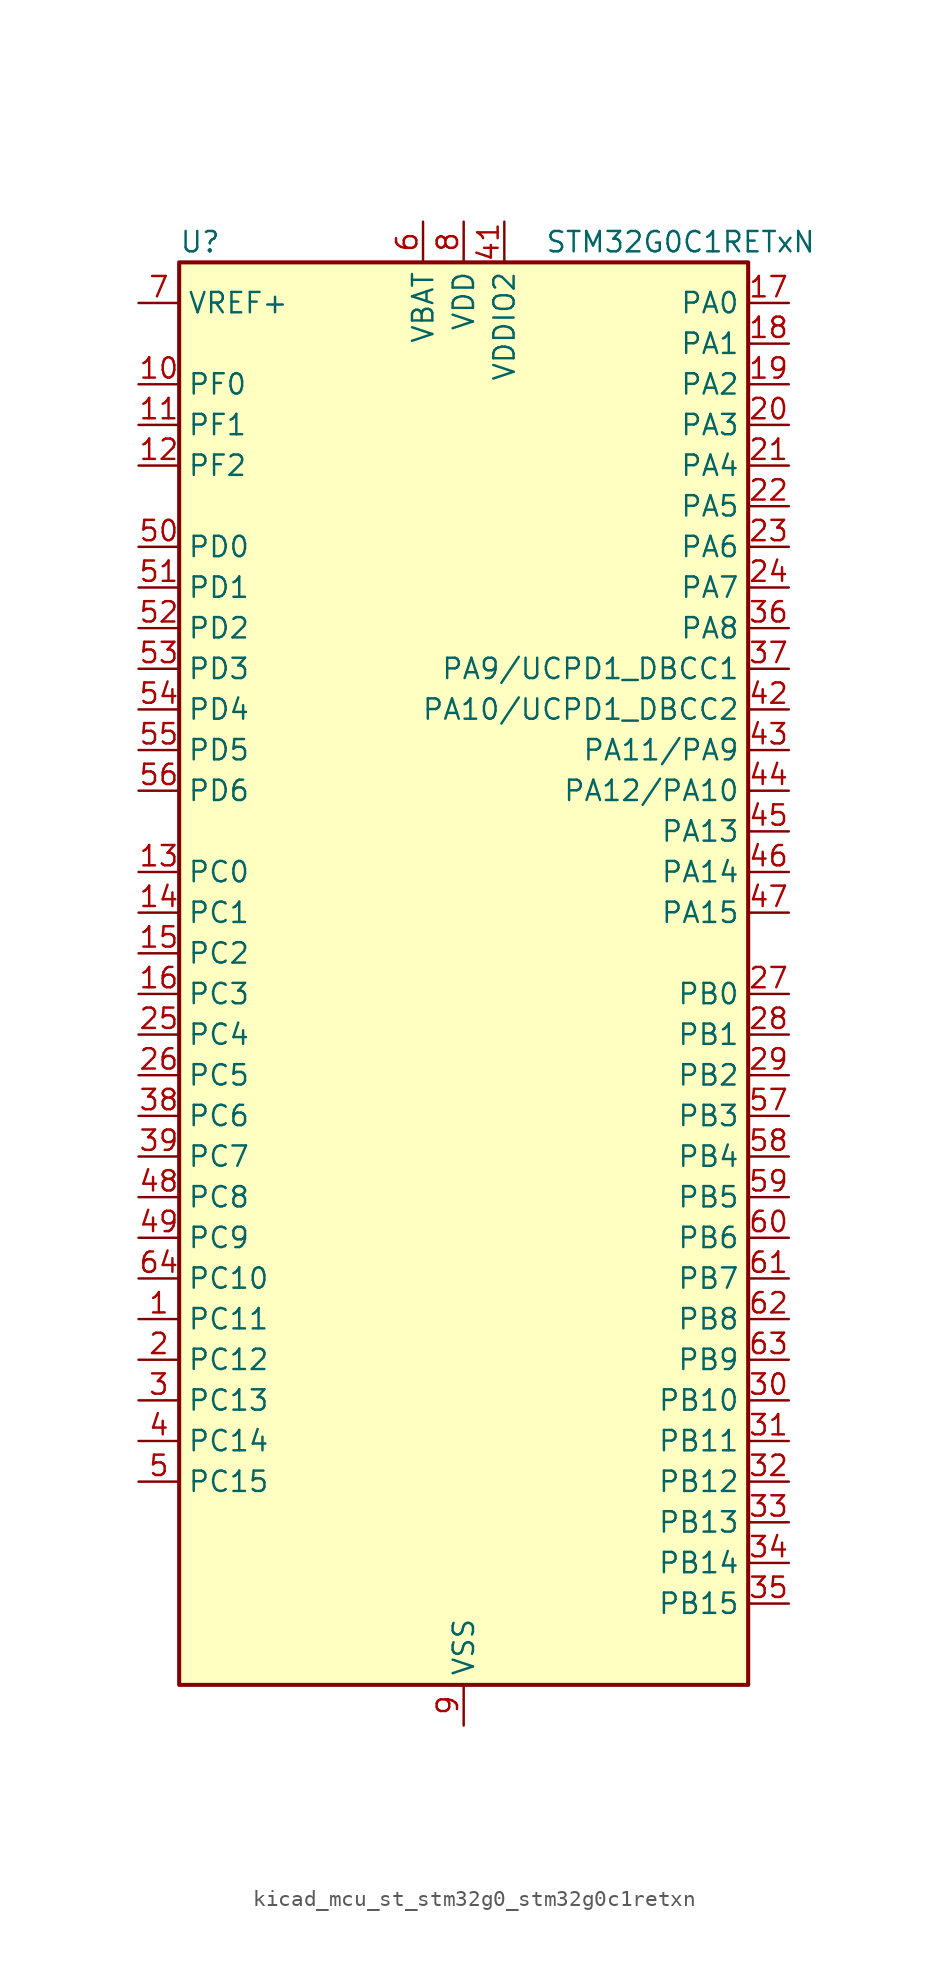
<source format=kicad_sym>
(kicad_symbol_lib
  (version 20220914)
  (generator kicad_symbol_editor)
  (symbol "kicad_mcu_st_stm32g0_stm32g0c1retxn"
    (property "Reference" "U"
      (at -17.78 46.99 0)
      (effects (font (size 1.27 1.27)) (justify left)))
    (property "Value" "STM32G0C1RETxN"
      (at 5.08 46.99 0)
      (effects (font (size 1.27 1.27)) (justify left)))
    (property "ki_locked" ""
      (at 0 0 0)
      (effects (font (size 1.27 1.27))))
    (symbol "kicad_mcu_st_stm32g0_stm32g0c1retxn_0_1"
      (rectangle (start -17.78 -43.18) (end 17.78 45.72) (stroke (width 0.254) (type default)) (fill (type background))))
    (symbol "kicad_mcu_st_stm32g0_stm32g0c1retxn_1_1"
      (pin bidirectional line (at -20.32 -20.32 0) (length 2.54) (name "PC11" (effects (font (size 1.27 1.27)))) (number "1" (effects (font (size 1.27 1.27)))) (alternate "ADC1_EXTI11" bidirectional line) (alternate "SPI3_MISO" bidirectional line) (alternate "TIM1_CH4" bidirectional line) (alternate "USART3_RX" bidirectional line) (alternate "USART4_RX" bidirectional line))
      (pin bidirectional line (at -20.32 38.1 0) (length 2.54) (name "PF0" (effects (font (size 1.27 1.27)))) (number "10" (effects (font (size 1.27 1.27)))) (alternate "CRS1_SYNC" bidirectional line) (alternate "RCC_OSC_IN" bidirectional line) (alternate "TIM14_CH1" bidirectional line))
      (pin bidirectional line (at -20.32 35.56 0) (length 2.54) (name "PF1" (effects (font (size 1.27 1.27)))) (number "11" (effects (font (size 1.27 1.27)))) (alternate "RCC_OSC_EN" bidirectional line) (alternate "RCC_OSC_OUT" bidirectional line) (alternate "TIM15_CH1N" bidirectional line))
      (pin bidirectional line (at -20.32 33.02 0) (length 2.54) (name "PF2" (effects (font (size 1.27 1.27)))) (number "12" (effects (font (size 1.27 1.27)))) (alternate "LPUART2_DE" bidirectional line) (alternate "LPUART2_RTS" bidirectional line) (alternate "LPUART2_TX" bidirectional line) (alternate "RCC_MCO" bidirectional line))
      (pin bidirectional line (at -20.32 7.62 0) (length 2.54) (name "PC0" (effects (font (size 1.27 1.27)))) (number "13" (effects (font (size 1.27 1.27)))) (alternate "COMP3_INM" bidirectional line) (alternate "COMP3_OUT" bidirectional line) (alternate "I2C3_SCL" bidirectional line) (alternate "LPTIM1_IN1" bidirectional line) (alternate "LPTIM2_IN1" bidirectional line) (alternate "LPUART1_RX" bidirectional line) (alternate "LPUART2_TX" bidirectional line) (alternate "USART6_TX" bidirectional line))
      (pin bidirectional line (at -20.32 5.08 0) (length 2.54) (name "PC1" (effects (font (size 1.27 1.27)))) (number "14" (effects (font (size 1.27 1.27)))) (alternate "COMP3_INP" bidirectional line) (alternate "I2C3_SDA" bidirectional line) (alternate "LPTIM1_OUT" bidirectional line) (alternate "LPUART1_TX" bidirectional line) (alternate "LPUART2_RX" bidirectional line) (alternate "TIM15_CH1" bidirectional line) (alternate "USART6_RX" bidirectional line))
      (pin bidirectional line (at -20.32 2.54 0) (length 2.54) (name "PC2" (effects (font (size 1.27 1.27)))) (number "15" (effects (font (size 1.27 1.27)))) (alternate "COMP3_OUT" bidirectional line) (alternate "FDCAN2_RX" bidirectional line) (alternate "I2S2_MCK" bidirectional line) (alternate "LPTIM1_IN2" bidirectional line) (alternate "SPI2_MISO" bidirectional line) (alternate "TIM15_CH2" bidirectional line))
      (pin bidirectional line (at -20.32 0 0) (length 2.54) (name "PC3" (effects (font (size 1.27 1.27)))) (number "16" (effects (font (size 1.27 1.27)))) (alternate "FDCAN2_TX" bidirectional line) (alternate "I2S2_SD" bidirectional line) (alternate "LPTIM1_ETR" bidirectional line) (alternate "LPTIM2_ETR" bidirectional line) (alternate "SPI2_MOSI" bidirectional line))
      (pin bidirectional line (at 20.32 43.18 180) (length 2.54) (name "PA0" (effects (font (size 1.27 1.27)))) (number "17" (effects (font (size 1.27 1.27)))) (alternate "ADC1_IN0" bidirectional line) (alternate "COMP1_INM" bidirectional line) (alternate "COMP1_OUT" bidirectional line) (alternate "I2S2_CK" bidirectional line) (alternate "LPTIM1_OUT" bidirectional line) (alternate "RTC_TAMP_IN2" bidirectional line) (alternate "SPI2_SCK" bidirectional line) (alternate "SYS_WKUP1" bidirectional line) (alternate "TIM2_CH1" bidirectional line) (alternate "TIM2_ETR" bidirectional line) (alternate "UCPD2_FRSTX1" bidirectional line) (alternate "UCPD2_FRSTX2" bidirectional line) (alternate "USART2_CTS" bidirectional line) (alternate "USART2_NSS" bidirectional line) (alternate "USART4_TX" bidirectional line))
      (pin bidirectional line (at 20.32 40.64 180) (length 2.54) (name "PA1" (effects (font (size 1.27 1.27)))) (number "18" (effects (font (size 1.27 1.27)))) (alternate "ADC1_IN1" bidirectional line) (alternate "COMP1_INP" bidirectional line) (alternate "I2C1_SMBA" bidirectional line) (alternate "I2S1_CK" bidirectional line) (alternate "SPI1_SCK" bidirectional line) (alternate "TIM15_CH1N" bidirectional line) (alternate "TIM2_CH2" bidirectional line) (alternate "USART2_CK" bidirectional line) (alternate "USART2_DE" bidirectional line) (alternate "USART2_RTS" bidirectional line) (alternate "USART4_RX" bidirectional line))
      (pin bidirectional line (at 20.32 38.1 180) (length 2.54) (name "PA2" (effects (font (size 1.27 1.27)))) (number "19" (effects (font (size 1.27 1.27)))) (alternate "ADC1_IN2" bidirectional line) (alternate "COMP2_INM" bidirectional line) (alternate "COMP2_OUT" bidirectional line) (alternate "I2S1_SD" bidirectional line) (alternate "LPUART1_TX" bidirectional line) (alternate "RCC_LSCO" bidirectional line) (alternate "SPI1_MOSI" bidirectional line) (alternate "SYS_WKUP4" bidirectional line) (alternate "TIM15_CH1" bidirectional line) (alternate "TIM2_CH3" bidirectional line) (alternate "UCPD1_FRSTX1" bidirectional line) (alternate "UCPD1_FRSTX2" bidirectional line) (alternate "USART2_TX" bidirectional line))
      (pin bidirectional line (at -20.32 -22.86 0) (length 2.54) (name "PC12" (effects (font (size 1.27 1.27)))) (number "2" (effects (font (size 1.27 1.27)))) (alternate "LPTIM1_IN1" bidirectional line) (alternate "SPI3_MOSI" bidirectional line) (alternate "TIM14_CH1" bidirectional line) (alternate "UCPD1_FRSTX1" bidirectional line) (alternate "UCPD1_FRSTX2" bidirectional line) (alternate "USART5_TX" bidirectional line))
      (pin bidirectional line (at 20.32 35.56 180) (length 2.54) (name "PA3" (effects (font (size 1.27 1.27)))) (number "20" (effects (font (size 1.27 1.27)))) (alternate "ADC1_IN3" bidirectional line) (alternate "COMP2_INP" bidirectional line) (alternate "I2S2_MCK" bidirectional line) (alternate "LPUART1_RX" bidirectional line) (alternate "SPI2_MISO" bidirectional line) (alternate "TIM15_CH2" bidirectional line) (alternate "TIM2_CH4" bidirectional line) (alternate "UCPD2_FRSTX1" bidirectional line) (alternate "UCPD2_FRSTX2" bidirectional line) (alternate "USART2_RX" bidirectional line))
      (pin bidirectional line (at 20.32 33.02 180) (length 2.54) (name "PA4" (effects (font (size 1.27 1.27)))) (number "21" (effects (font (size 1.27 1.27)))) (alternate "ADC1_IN4" bidirectional line) (alternate "DAC1_OUT1" bidirectional line) (alternate "I2S1_WS" bidirectional line) (alternate "I2S2_SD" bidirectional line) (alternate "LPTIM2_OUT" bidirectional line) (alternate "RTC_OUT2" bidirectional line) (alternate "SPI1_NSS" bidirectional line) (alternate "SPI2_MOSI" bidirectional line) (alternate "SPI3_NSS" bidirectional line) (alternate "TIM14_CH1" bidirectional line) (alternate "UCPD2_FRSTX1" bidirectional line) (alternate "UCPD2_FRSTX2" bidirectional line) (alternate "USART6_TX" bidirectional line) (alternate "USB_NOE" bidirectional line))
      (pin bidirectional line (at 20.32 30.48 180) (length 2.54) (name "PA5" (effects (font (size 1.27 1.27)))) (number "22" (effects (font (size 1.27 1.27)))) (alternate "ADC1_IN5" bidirectional line) (alternate "CEC" bidirectional line) (alternate "DAC1_OUT2" bidirectional line) (alternate "I2S1_CK" bidirectional line) (alternate "LPTIM2_ETR" bidirectional line) (alternate "SPI1_SCK" bidirectional line) (alternate "TIM2_CH1" bidirectional line) (alternate "TIM2_ETR" bidirectional line) (alternate "UCPD1_FRSTX1" bidirectional line) (alternate "UCPD1_FRSTX2" bidirectional line) (alternate "USART3_TX" bidirectional line) (alternate "USART6_RX" bidirectional line))
      (pin bidirectional line (at 20.32 27.94 180) (length 2.54) (name "PA6" (effects (font (size 1.27 1.27)))) (number "23" (effects (font (size 1.27 1.27)))) (alternate "ADC1_IN6" bidirectional line) (alternate "COMP1_OUT" bidirectional line) (alternate "I2C2_SDA" bidirectional line) (alternate "I2C3_SDA" bidirectional line) (alternate "I2S1_MCK" bidirectional line) (alternate "LPUART1_CTS" bidirectional line) (alternate "SPI1_MISO" bidirectional line) (alternate "TIM16_CH1" bidirectional line) (alternate "TIM1_BK" bidirectional line) (alternate "TIM3_CH1" bidirectional line) (alternate "USART3_CTS" bidirectional line) (alternate "USART3_NSS" bidirectional line) (alternate "USART6_CTS" bidirectional line) (alternate "USART6_NSS" bidirectional line))
      (pin bidirectional line (at 20.32 25.4 180) (length 2.54) (name "PA7" (effects (font (size 1.27 1.27)))) (number "24" (effects (font (size 1.27 1.27)))) (alternate "ADC1_IN7" bidirectional line) (alternate "COMP2_OUT" bidirectional line) (alternate "I2C2_SCL" bidirectional line) (alternate "I2C3_SCL" bidirectional line) (alternate "I2S1_SD" bidirectional line) (alternate "SPI1_MOSI" bidirectional line) (alternate "TIM14_CH1" bidirectional line) (alternate "TIM17_CH1" bidirectional line) (alternate "TIM1_CH1N" bidirectional line) (alternate "TIM3_CH2" bidirectional line) (alternate "UCPD1_FRSTX1" bidirectional line) (alternate "UCPD1_FRSTX2" bidirectional line) (alternate "USART6_CK" bidirectional line) (alternate "USART6_DE" bidirectional line) (alternate "USART6_RTS" bidirectional line))
      (pin bidirectional line (at -20.32 -2.54 0) (length 2.54) (name "PC4" (effects (font (size 1.27 1.27)))) (number "25" (effects (font (size 1.27 1.27)))) (alternate "ADC1_IN17" bidirectional line) (alternate "COMP1_INM" bidirectional line) (alternate "FDCAN1_RX" bidirectional line) (alternate "TIM2_CH1" bidirectional line) (alternate "TIM2_ETR" bidirectional line) (alternate "USART1_TX" bidirectional line) (alternate "USART3_TX" bidirectional line))
      (pin bidirectional line (at -20.32 -5.08 0) (length 2.54) (name "PC5" (effects (font (size 1.27 1.27)))) (number "26" (effects (font (size 1.27 1.27)))) (alternate "ADC1_IN18" bidirectional line) (alternate "COMP1_INP" bidirectional line) (alternate "FDCAN1_TX" bidirectional line) (alternate "SYS_WKUP5" bidirectional line) (alternate "TIM2_CH2" bidirectional line) (alternate "USART1_RX" bidirectional line) (alternate "USART3_RX" bidirectional line))
      (pin bidirectional line (at 20.32 0 180) (length 2.54) (name "PB0" (effects (font (size 1.27 1.27)))) (number "27" (effects (font (size 1.27 1.27)))) (alternate "ADC1_IN8" bidirectional line) (alternate "COMP1_OUT" bidirectional line) (alternate "COMP3_INP" bidirectional line) (alternate "FDCAN2_RX" bidirectional line) (alternate "I2S1_WS" bidirectional line) (alternate "LPTIM1_OUT" bidirectional line) (alternate "LPUART2_CTS" bidirectional line) (alternate "SPI1_NSS" bidirectional line) (alternate "TIM1_CH2N" bidirectional line) (alternate "TIM3_CH3" bidirectional line) (alternate "UCPD1_FRSTX1" bidirectional line) (alternate "UCPD1_FRSTX2" bidirectional line) (alternate "USART3_RX" bidirectional line) (alternate "USART5_TX" bidirectional line))
      (pin bidirectional line (at 20.32 -2.54 180) (length 2.54) (name "PB1" (effects (font (size 1.27 1.27)))) (number "28" (effects (font (size 1.27 1.27)))) (alternate "ADC1_IN9" bidirectional line) (alternate "COMP1_INM" bidirectional line) (alternate "COMP3_OUT" bidirectional line) (alternate "FDCAN2_TX" bidirectional line) (alternate "LPTIM2_IN1" bidirectional line) (alternate "LPUART1_DE" bidirectional line) (alternate "LPUART1_RTS" bidirectional line) (alternate "LPUART2_DE" bidirectional line) (alternate "LPUART2_RTS" bidirectional line) (alternate "TIM14_CH1" bidirectional line) (alternate "TIM1_CH3N" bidirectional line) (alternate "TIM3_CH4" bidirectional line) (alternate "USART3_CK" bidirectional line) (alternate "USART3_DE" bidirectional line) (alternate "USART3_RTS" bidirectional line) (alternate "USART5_RX" bidirectional line))
      (pin bidirectional line (at 20.32 -5.08 180) (length 2.54) (name "PB2" (effects (font (size 1.27 1.27)))) (number "29" (effects (font (size 1.27 1.27)))) (alternate "ADC1_IN10" bidirectional line) (alternate "COMP1_INP" bidirectional line) (alternate "COMP3_INM" bidirectional line) (alternate "I2S2_MCK" bidirectional line) (alternate "LPTIM1_OUT" bidirectional line) (alternate "RCC_MCO_2" bidirectional line) (alternate "SPI2_MISO" bidirectional line) (alternate "USART3_TX" bidirectional line))
      (pin bidirectional line (at -20.32 -25.4 0) (length 2.54) (name "PC13" (effects (font (size 1.27 1.27)))) (number "3" (effects (font (size 1.27 1.27)))) (alternate "RTC_OUT1" bidirectional line) (alternate "RTC_TAMP_IN1" bidirectional line) (alternate "RTC_TS" bidirectional line) (alternate "SYS_WKUP2" bidirectional line) (alternate "TIM1_BK" bidirectional line))
      (pin bidirectional line (at 20.32 -25.4 180) (length 2.54) (name "PB10" (effects (font (size 1.27 1.27)))) (number "30" (effects (font (size 1.27 1.27)))) (alternate "ADC1_IN11" bidirectional line) (alternate "CEC" bidirectional line) (alternate "COMP1_OUT" bidirectional line) (alternate "I2C2_SCL" bidirectional line) (alternate "I2S2_CK" bidirectional line) (alternate "LPUART1_RX" bidirectional line) (alternate "SPI2_SCK" bidirectional line) (alternate "TIM2_CH3" bidirectional line) (alternate "USART3_TX" bidirectional line))
      (pin bidirectional line (at 20.32 -27.94 180) (length 2.54) (name "PB11" (effects (font (size 1.27 1.27)))) (number "31" (effects (font (size 1.27 1.27)))) (alternate "ADC1_EXTI11" bidirectional line) (alternate "ADC1_IN15" bidirectional line) (alternate "COMP2_OUT" bidirectional line) (alternate "I2C2_SDA" bidirectional line) (alternate "I2S2_SD" bidirectional line) (alternate "LPUART1_TX" bidirectional line) (alternate "SPI2_MOSI" bidirectional line) (alternate "TIM2_CH4" bidirectional line) (alternate "USART3_RX" bidirectional line))
      (pin bidirectional line (at 20.32 -30.48 180) (length 2.54) (name "PB12" (effects (font (size 1.27 1.27)))) (number "32" (effects (font (size 1.27 1.27)))) (alternate "ADC1_IN16" bidirectional line) (alternate "FDCAN2_RX" bidirectional line) (alternate "I2C2_SMBA" bidirectional line) (alternate "I2S2_WS" bidirectional line) (alternate "LPUART1_DE" bidirectional line) (alternate "LPUART1_RTS" bidirectional line) (alternate "SPI2_NSS" bidirectional line) (alternate "TIM15_BK" bidirectional line) (alternate "TIM1_BK" bidirectional line) (alternate "UCPD2_FRSTX1" bidirectional line) (alternate "UCPD2_FRSTX2" bidirectional line))
      (pin bidirectional line (at 20.32 -33.02 180) (length 2.54) (name "PB13" (effects (font (size 1.27 1.27)))) (number "33" (effects (font (size 1.27 1.27)))) (alternate "FDCAN2_TX" bidirectional line) (alternate "I2C2_SCL" bidirectional line) (alternate "I2S2_CK" bidirectional line) (alternate "LPUART1_CTS" bidirectional line) (alternate "SPI2_SCK" bidirectional line) (alternate "TIM15_CH1N" bidirectional line) (alternate "TIM1_CH1N" bidirectional line) (alternate "USART3_CTS" bidirectional line) (alternate "USART3_NSS" bidirectional line))
      (pin bidirectional line (at 20.32 -35.56 180) (length 2.54) (name "PB14" (effects (font (size 1.27 1.27)))) (number "34" (effects (font (size 1.27 1.27)))) (alternate "I2C2_SDA" bidirectional line) (alternate "I2S2_MCK" bidirectional line) (alternate "SPI2_MISO" bidirectional line) (alternate "TIM15_CH1" bidirectional line) (alternate "TIM1_CH2N" bidirectional line) (alternate "UCPD1_FRSTX1" bidirectional line) (alternate "UCPD1_FRSTX2" bidirectional line) (alternate "USART3_CK" bidirectional line) (alternate "USART3_DE" bidirectional line) (alternate "USART3_RTS" bidirectional line) (alternate "USART6_CK" bidirectional line) (alternate "USART6_DE" bidirectional line) (alternate "USART6_RTS" bidirectional line))
      (pin bidirectional line (at 20.32 -38.1 180) (length 2.54) (name "PB15" (effects (font (size 1.27 1.27)))) (number "35" (effects (font (size 1.27 1.27)))) (alternate "I2S2_SD" bidirectional line) (alternate "RTC_REFIN" bidirectional line) (alternate "SPI2_MOSI" bidirectional line) (alternate "TIM15_CH1N" bidirectional line) (alternate "TIM15_CH2" bidirectional line) (alternate "TIM1_CH3N" bidirectional line) (alternate "UCPD1_CC2" bidirectional line) (alternate "USART6_CTS" bidirectional line) (alternate "USART6_NSS" bidirectional line))
      (pin bidirectional line (at 20.32 22.86 180) (length 2.54) (name "PA8" (effects (font (size 1.27 1.27)))) (number "36" (effects (font (size 1.27 1.27)))) (alternate "CRS1_SYNC" bidirectional line) (alternate "I2C2_SMBA" bidirectional line) (alternate "I2S2_WS" bidirectional line) (alternate "LPTIM2_OUT" bidirectional line) (alternate "RCC_MCO" bidirectional line) (alternate "SPI2_NSS" bidirectional line) (alternate "TIM1_CH1" bidirectional line) (alternate "UCPD1_CC1" bidirectional line))
      (pin bidirectional line (at 20.32 20.32 180) (length 2.54) (name "PA9/UCPD1_DBCC1" (effects (font (size 1.27 1.27)))) (number "37" (effects (font (size 1.27 1.27)))) (alternate "DAC1_EXTI9" bidirectional line) (alternate "I2C1_SCL" bidirectional line) (alternate "I2C2_SCL" bidirectional line) (alternate "I2S2_MCK" bidirectional line) (alternate "RCC_MCO" bidirectional line) (alternate "SPI2_MISO" bidirectional line) (alternate "TIM15_BK" bidirectional line) (alternate "TIM1_CH2" bidirectional line) (alternate "UCPD1_DBCC1" bidirectional line) (alternate "USART1_TX" bidirectional line))
      (pin bidirectional line (at -20.32 -7.62 0) (length 2.54) (name "PC6" (effects (font (size 1.27 1.27)))) (number "38" (effects (font (size 1.27 1.27)))) (alternate "LPUART2_TX" bidirectional line) (alternate "TIM2_CH3" bidirectional line) (alternate "TIM3_CH1" bidirectional line) (alternate "UCPD1_FRSTX1" bidirectional line) (alternate "UCPD1_FRSTX2" bidirectional line))
      (pin bidirectional line (at -20.32 -10.16 0) (length 2.54) (name "PC7" (effects (font (size 1.27 1.27)))) (number "39" (effects (font (size 1.27 1.27)))) (alternate "LPUART2_RX" bidirectional line) (alternate "TIM2_CH4" bidirectional line) (alternate "TIM3_CH2" bidirectional line) (alternate "UCPD2_FRSTX1" bidirectional line) (alternate "UCPD2_FRSTX2" bidirectional line))
      (pin bidirectional line (at -20.32 -27.94 0) (length 2.54) (name "PC14" (effects (font (size 1.27 1.27)))) (number "4" (effects (font (size 1.27 1.27)))) (alternate "RCC_OSC32_IN" bidirectional line) (alternate "TIM1_BK2" bidirectional line))
      (pin passive line (at 0 -45.72 90) (length 2.54) hide (name "VSS" (effects (font (size 1.27 1.27)))) (number "40" (effects (font (size 1.27 1.27)))))
      (pin power_in line (at 2.54 48.26 270) (length 2.54) (name "VDDIO2" (effects (font (size 1.27 1.27)))) (number "41" (effects (font (size 1.27 1.27)))))
      (pin bidirectional line (at 20.32 17.78 180) (length 2.54) (name "PA10/UCPD1_DBCC2" (effects (font (size 1.27 1.27)))) (number "42" (effects (font (size 1.27 1.27)))) (alternate "I2C1_SDA" bidirectional line) (alternate "I2C2_SDA" bidirectional line) (alternate "I2S2_SD" bidirectional line) (alternate "RCC_MCO_2" bidirectional line) (alternate "SPI2_MOSI" bidirectional line) (alternate "TIM17_BK" bidirectional line) (alternate "TIM1_CH3" bidirectional line) (alternate "UCPD1_DBCC2" bidirectional line) (alternate "USART1_RX" bidirectional line))
      (pin bidirectional line (at 20.32 15.24 180) (length 2.54) (name "PA11/PA9" (effects (font (size 1.27 1.27)))) (number "43" (effects (font (size 1.27 1.27)))) (alternate "ADC1_EXTI11" bidirectional line) (alternate "COMP1_OUT" bidirectional line) (alternate "FDCAN1_RX" bidirectional line) (alternate "I2C2_SCL" bidirectional line) (alternate "I2S1_MCK" bidirectional line) (alternate "SPI1_MISO" bidirectional line) (alternate "TIM1_BK2" bidirectional line) (alternate "TIM1_CH4" bidirectional line) (alternate "USART1_CTS" bidirectional line) (alternate "USART1_NSS" bidirectional line) (alternate "USB_DM" bidirectional line))
      (pin bidirectional line (at 20.32 12.7 180) (length 2.54) (name "PA12/PA10" (effects (font (size 1.27 1.27)))) (number "44" (effects (font (size 1.27 1.27)))) (alternate "COMP2_OUT" bidirectional line) (alternate "FDCAN1_TX" bidirectional line) (alternate "I2C2_SDA" bidirectional line) (alternate "I2S1_SD" bidirectional line) (alternate "I2S_CKIN" bidirectional line) (alternate "SPI1_MOSI" bidirectional line) (alternate "TIM1_ETR" bidirectional line) (alternate "USART1_CK" bidirectional line) (alternate "USART1_DE" bidirectional line) (alternate "USART1_RTS" bidirectional line) (alternate "USB_DP" bidirectional line))
      (pin bidirectional line (at 20.32 10.16 180) (length 2.54) (name "PA13" (effects (font (size 1.27 1.27)))) (number "45" (effects (font (size 1.27 1.27)))) (alternate "IR_OUT" bidirectional line) (alternate "LPUART2_RX" bidirectional line) (alternate "SYS_SWDIO" bidirectional line) (alternate "USB_NOE" bidirectional line))
      (pin bidirectional line (at 20.32 7.62 180) (length 2.54) (name "PA14" (effects (font (size 1.27 1.27)))) (number "46" (effects (font (size 1.27 1.27)))) (alternate "LPUART2_TX" bidirectional line) (alternate "SYS_SWCLK" bidirectional line) (alternate "USART2_TX" bidirectional line))
      (pin bidirectional line (at 20.32 5.08 180) (length 2.54) (name "PA15" (effects (font (size 1.27 1.27)))) (number "47" (effects (font (size 1.27 1.27)))) (alternate "I2C2_SMBA" bidirectional line) (alternate "I2S1_WS" bidirectional line) (alternate "RCC_MCO_2" bidirectional line) (alternate "SPI1_NSS" bidirectional line) (alternate "SPI3_NSS" bidirectional line) (alternate "TIM2_CH1" bidirectional line) (alternate "TIM2_ETR" bidirectional line) (alternate "USART2_RX" bidirectional line) (alternate "USART3_CK" bidirectional line) (alternate "USART3_DE" bidirectional line) (alternate "USART3_RTS" bidirectional line) (alternate "USART4_CK" bidirectional line) (alternate "USART4_DE" bidirectional line) (alternate "USART4_RTS" bidirectional line) (alternate "USB_NOE" bidirectional line))
      (pin bidirectional line (at -20.32 -12.7 0) (length 2.54) (name "PC8" (effects (font (size 1.27 1.27)))) (number "48" (effects (font (size 1.27 1.27)))) (alternate "LPUART2_CTS" bidirectional line) (alternate "TIM1_CH1" bidirectional line) (alternate "TIM3_CH3" bidirectional line) (alternate "UCPD2_FRSTX1" bidirectional line) (alternate "UCPD2_FRSTX2" bidirectional line))
      (pin bidirectional line (at -20.32 -15.24 0) (length 2.54) (name "PC9" (effects (font (size 1.27 1.27)))) (number "49" (effects (font (size 1.27 1.27)))) (alternate "DAC1_EXTI9" bidirectional line) (alternate "I2S_CKIN" bidirectional line) (alternate "LPUART2_DE" bidirectional line) (alternate "LPUART2_RTS" bidirectional line) (alternate "TIM1_CH2" bidirectional line) (alternate "TIM3_CH4" bidirectional line) (alternate "USB_NOE" bidirectional line))
      (pin bidirectional line (at -20.32 -30.48 0) (length 2.54) (name "PC15" (effects (font (size 1.27 1.27)))) (number "5" (effects (font (size 1.27 1.27)))) (alternate "RCC_OSC32_EN" bidirectional line) (alternate "RCC_OSC32_OUT" bidirectional line) (alternate "RCC_OSC_EN" bidirectional line) (alternate "TIM15_BK" bidirectional line))
      (pin bidirectional line (at -20.32 27.94 0) (length 2.54) (name "PD0" (effects (font (size 1.27 1.27)))) (number "50" (effects (font (size 1.27 1.27)))) (alternate "FDCAN1_RX" bidirectional line) (alternate "I2S2_WS" bidirectional line) (alternate "SPI2_NSS" bidirectional line) (alternate "TIM16_CH1" bidirectional line) (alternate "UCPD2_CC1" bidirectional line))
      (pin bidirectional line (at -20.32 25.4 0) (length 2.54) (name "PD1" (effects (font (size 1.27 1.27)))) (number "51" (effects (font (size 1.27 1.27)))) (alternate "FDCAN1_TX" bidirectional line) (alternate "I2S2_CK" bidirectional line) (alternate "SPI2_SCK" bidirectional line) (alternate "TIM17_CH1" bidirectional line) (alternate "UCPD2_DBCC1" bidirectional line))
      (pin bidirectional line (at -20.32 22.86 0) (length 2.54) (name "PD2" (effects (font (size 1.27 1.27)))) (number "52" (effects (font (size 1.27 1.27)))) (alternate "TIM1_CH1N" bidirectional line) (alternate "TIM3_ETR" bidirectional line) (alternate "UCPD2_CC2" bidirectional line) (alternate "USART3_CK" bidirectional line) (alternate "USART3_DE" bidirectional line) (alternate "USART3_RTS" bidirectional line) (alternate "USART5_RX" bidirectional line))
      (pin bidirectional line (at -20.32 20.32 0) (length 2.54) (name "PD3" (effects (font (size 1.27 1.27)))) (number "53" (effects (font (size 1.27 1.27)))) (alternate "I2S2_MCK" bidirectional line) (alternate "SPI2_MISO" bidirectional line) (alternate "TIM1_CH2N" bidirectional line) (alternate "UCPD2_DBCC2" bidirectional line) (alternate "USART2_CTS" bidirectional line) (alternate "USART2_NSS" bidirectional line) (alternate "USART5_TX" bidirectional line))
      (pin bidirectional line (at -20.32 17.78 0) (length 2.54) (name "PD4" (effects (font (size 1.27 1.27)))) (number "54" (effects (font (size 1.27 1.27)))) (alternate "I2S2_SD" bidirectional line) (alternate "SPI2_MOSI" bidirectional line) (alternate "TIM1_CH3N" bidirectional line) (alternate "USART2_CK" bidirectional line) (alternate "USART2_DE" bidirectional line) (alternate "USART2_RTS" bidirectional line) (alternate "USART5_CK" bidirectional line) (alternate "USART5_DE" bidirectional line) (alternate "USART5_RTS" bidirectional line))
      (pin bidirectional line (at -20.32 15.24 0) (length 2.54) (name "PD5" (effects (font (size 1.27 1.27)))) (number "55" (effects (font (size 1.27 1.27)))) (alternate "I2S1_MCK" bidirectional line) (alternate "SPI1_MISO" bidirectional line) (alternate "TIM1_BK" bidirectional line) (alternate "USART2_TX" bidirectional line) (alternate "USART5_CTS" bidirectional line) (alternate "USART5_NSS" bidirectional line))
      (pin bidirectional line (at -20.32 12.7 0) (length 2.54) (name "PD6" (effects (font (size 1.27 1.27)))) (number "56" (effects (font (size 1.27 1.27)))) (alternate "I2S1_SD" bidirectional line) (alternate "LPTIM2_OUT" bidirectional line) (alternate "SPI1_MOSI" bidirectional line) (alternate "USART2_RX" bidirectional line))
      (pin bidirectional line (at 20.32 -7.62 180) (length 2.54) (name "PB3" (effects (font (size 1.27 1.27)))) (number "57" (effects (font (size 1.27 1.27)))) (alternate "COMP2_INM" bidirectional line) (alternate "I2C2_SCL" bidirectional line) (alternate "I2C3_SCL" bidirectional line) (alternate "I2S1_CK" bidirectional line) (alternate "SPI1_SCK" bidirectional line) (alternate "SPI3_SCK" bidirectional line) (alternate "TIM1_CH2" bidirectional line) (alternate "TIM2_CH2" bidirectional line) (alternate "USART1_CK" bidirectional line) (alternate "USART1_DE" bidirectional line) (alternate "USART1_RTS" bidirectional line) (alternate "USART5_TX" bidirectional line))
      (pin bidirectional line (at 20.32 -10.16 180) (length 2.54) (name "PB4" (effects (font (size 1.27 1.27)))) (number "58" (effects (font (size 1.27 1.27)))) (alternate "COMP2_INP" bidirectional line) (alternate "I2C2_SDA" bidirectional line) (alternate "I2C3_SDA" bidirectional line) (alternate "I2S1_MCK" bidirectional line) (alternate "SPI1_MISO" bidirectional line) (alternate "SPI3_MISO" bidirectional line) (alternate "TIM17_BK" bidirectional line) (alternate "TIM3_CH1" bidirectional line) (alternate "USART1_CTS" bidirectional line) (alternate "USART1_NSS" bidirectional line) (alternate "USART5_RX" bidirectional line))
      (pin bidirectional line (at 20.32 -12.7 180) (length 2.54) (name "PB5" (effects (font (size 1.27 1.27)))) (number "59" (effects (font (size 1.27 1.27)))) (alternate "COMP2_OUT" bidirectional line) (alternate "FDCAN2_RX" bidirectional line) (alternate "I2C1_SMBA" bidirectional line) (alternate "I2S1_SD" bidirectional line) (alternate "LPTIM1_IN1" bidirectional line) (alternate "SPI1_MOSI" bidirectional line) (alternate "SPI3_MOSI" bidirectional line) (alternate "SYS_WKUP6" bidirectional line) (alternate "TIM16_BK" bidirectional line) (alternate "TIM3_CH2" bidirectional line) (alternate "USART5_CK" bidirectional line) (alternate "USART5_DE" bidirectional line) (alternate "USART5_RTS" bidirectional line))
      (pin power_in line (at -2.54 48.26 270) (length 2.54) (name "VBAT" (effects (font (size 1.27 1.27)))) (number "6" (effects (font (size 1.27 1.27)))))
      (pin bidirectional line (at 20.32 -15.24 180) (length 2.54) (name "PB6" (effects (font (size 1.27 1.27)))) (number "60" (effects (font (size 1.27 1.27)))) (alternate "COMP2_INP" bidirectional line) (alternate "FDCAN2_TX" bidirectional line) (alternate "I2C1_SCL" bidirectional line) (alternate "I2S2_MCK" bidirectional line) (alternate "LPTIM1_ETR" bidirectional line) (alternate "LPUART2_TX" bidirectional line) (alternate "SPI2_MISO" bidirectional line) (alternate "TIM16_CH1N" bidirectional line) (alternate "TIM1_CH3" bidirectional line) (alternate "TIM4_CH1" bidirectional line) (alternate "USART1_TX" bidirectional line) (alternate "USART5_CTS" bidirectional line) (alternate "USART5_NSS" bidirectional line))
      (pin bidirectional line (at 20.32 -17.78 180) (length 2.54) (name "PB7" (effects (font (size 1.27 1.27)))) (number "61" (effects (font (size 1.27 1.27)))) (alternate "COMP2_INM" bidirectional line) (alternate "I2C1_SDA" bidirectional line) (alternate "I2S2_SD" bidirectional line) (alternate "LPTIM1_IN2" bidirectional line) (alternate "LPUART2_RX" bidirectional line) (alternate "SPI2_MOSI" bidirectional line) (alternate "SYS_PVD_IN" bidirectional line) (alternate "TIM17_CH1N" bidirectional line) (alternate "TIM4_CH2" bidirectional line) (alternate "USART1_RX" bidirectional line) (alternate "USART4_CTS" bidirectional line) (alternate "USART4_NSS" bidirectional line))
      (pin bidirectional line (at 20.32 -20.32 180) (length 2.54) (name "PB8" (effects (font (size 1.27 1.27)))) (number "62" (effects (font (size 1.27 1.27)))) (alternate "CEC" bidirectional line) (alternate "FDCAN1_RX" bidirectional line) (alternate "I2C1_SCL" bidirectional line) (alternate "I2S2_CK" bidirectional line) (alternate "SPI2_SCK" bidirectional line) (alternate "TIM15_BK" bidirectional line) (alternate "TIM16_CH1" bidirectional line) (alternate "TIM4_CH3" bidirectional line) (alternate "USART3_TX" bidirectional line) (alternate "USART6_TX" bidirectional line))
      (pin bidirectional line (at 20.32 -22.86 180) (length 2.54) (name "PB9" (effects (font (size 1.27 1.27)))) (number "63" (effects (font (size 1.27 1.27)))) (alternate "DAC1_EXTI9" bidirectional line) (alternate "FDCAN1_TX" bidirectional line) (alternate "I2C1_SDA" bidirectional line) (alternate "I2S2_WS" bidirectional line) (alternate "IR_OUT" bidirectional line) (alternate "SPI2_NSS" bidirectional line) (alternate "TIM17_CH1" bidirectional line) (alternate "TIM4_CH4" bidirectional line) (alternate "UCPD2_FRSTX1" bidirectional line) (alternate "UCPD2_FRSTX2" bidirectional line) (alternate "USART3_RX" bidirectional line) (alternate "USART6_RX" bidirectional line))
      (pin bidirectional line (at -20.32 -17.78 0) (length 2.54) (name "PC10" (effects (font (size 1.27 1.27)))) (number "64" (effects (font (size 1.27 1.27)))) (alternate "SPI3_SCK" bidirectional line) (alternate "TIM1_CH3" bidirectional line) (alternate "USART3_TX" bidirectional line) (alternate "USART4_TX" bidirectional line))
      (pin input line (at -20.32 43.18 0) (length 2.54) (name "VREF+" (effects (font (size 1.27 1.27)))) (number "7" (effects (font (size 1.27 1.27)))) (alternate "VREFBUF_OUT" bidirectional line))
      (pin power_in line (at 0 48.26 270) (length 2.54) (name "VDD" (effects (font (size 1.27 1.27)))) (number "8" (effects (font (size 1.27 1.27)))))
      (pin power_in line (at 0 -45.72 90) (length 2.54) (name "VSS" (effects (font (size 1.27 1.27)))) (number "9" (effects (font (size 1.27 1.27))))))))
</source>
